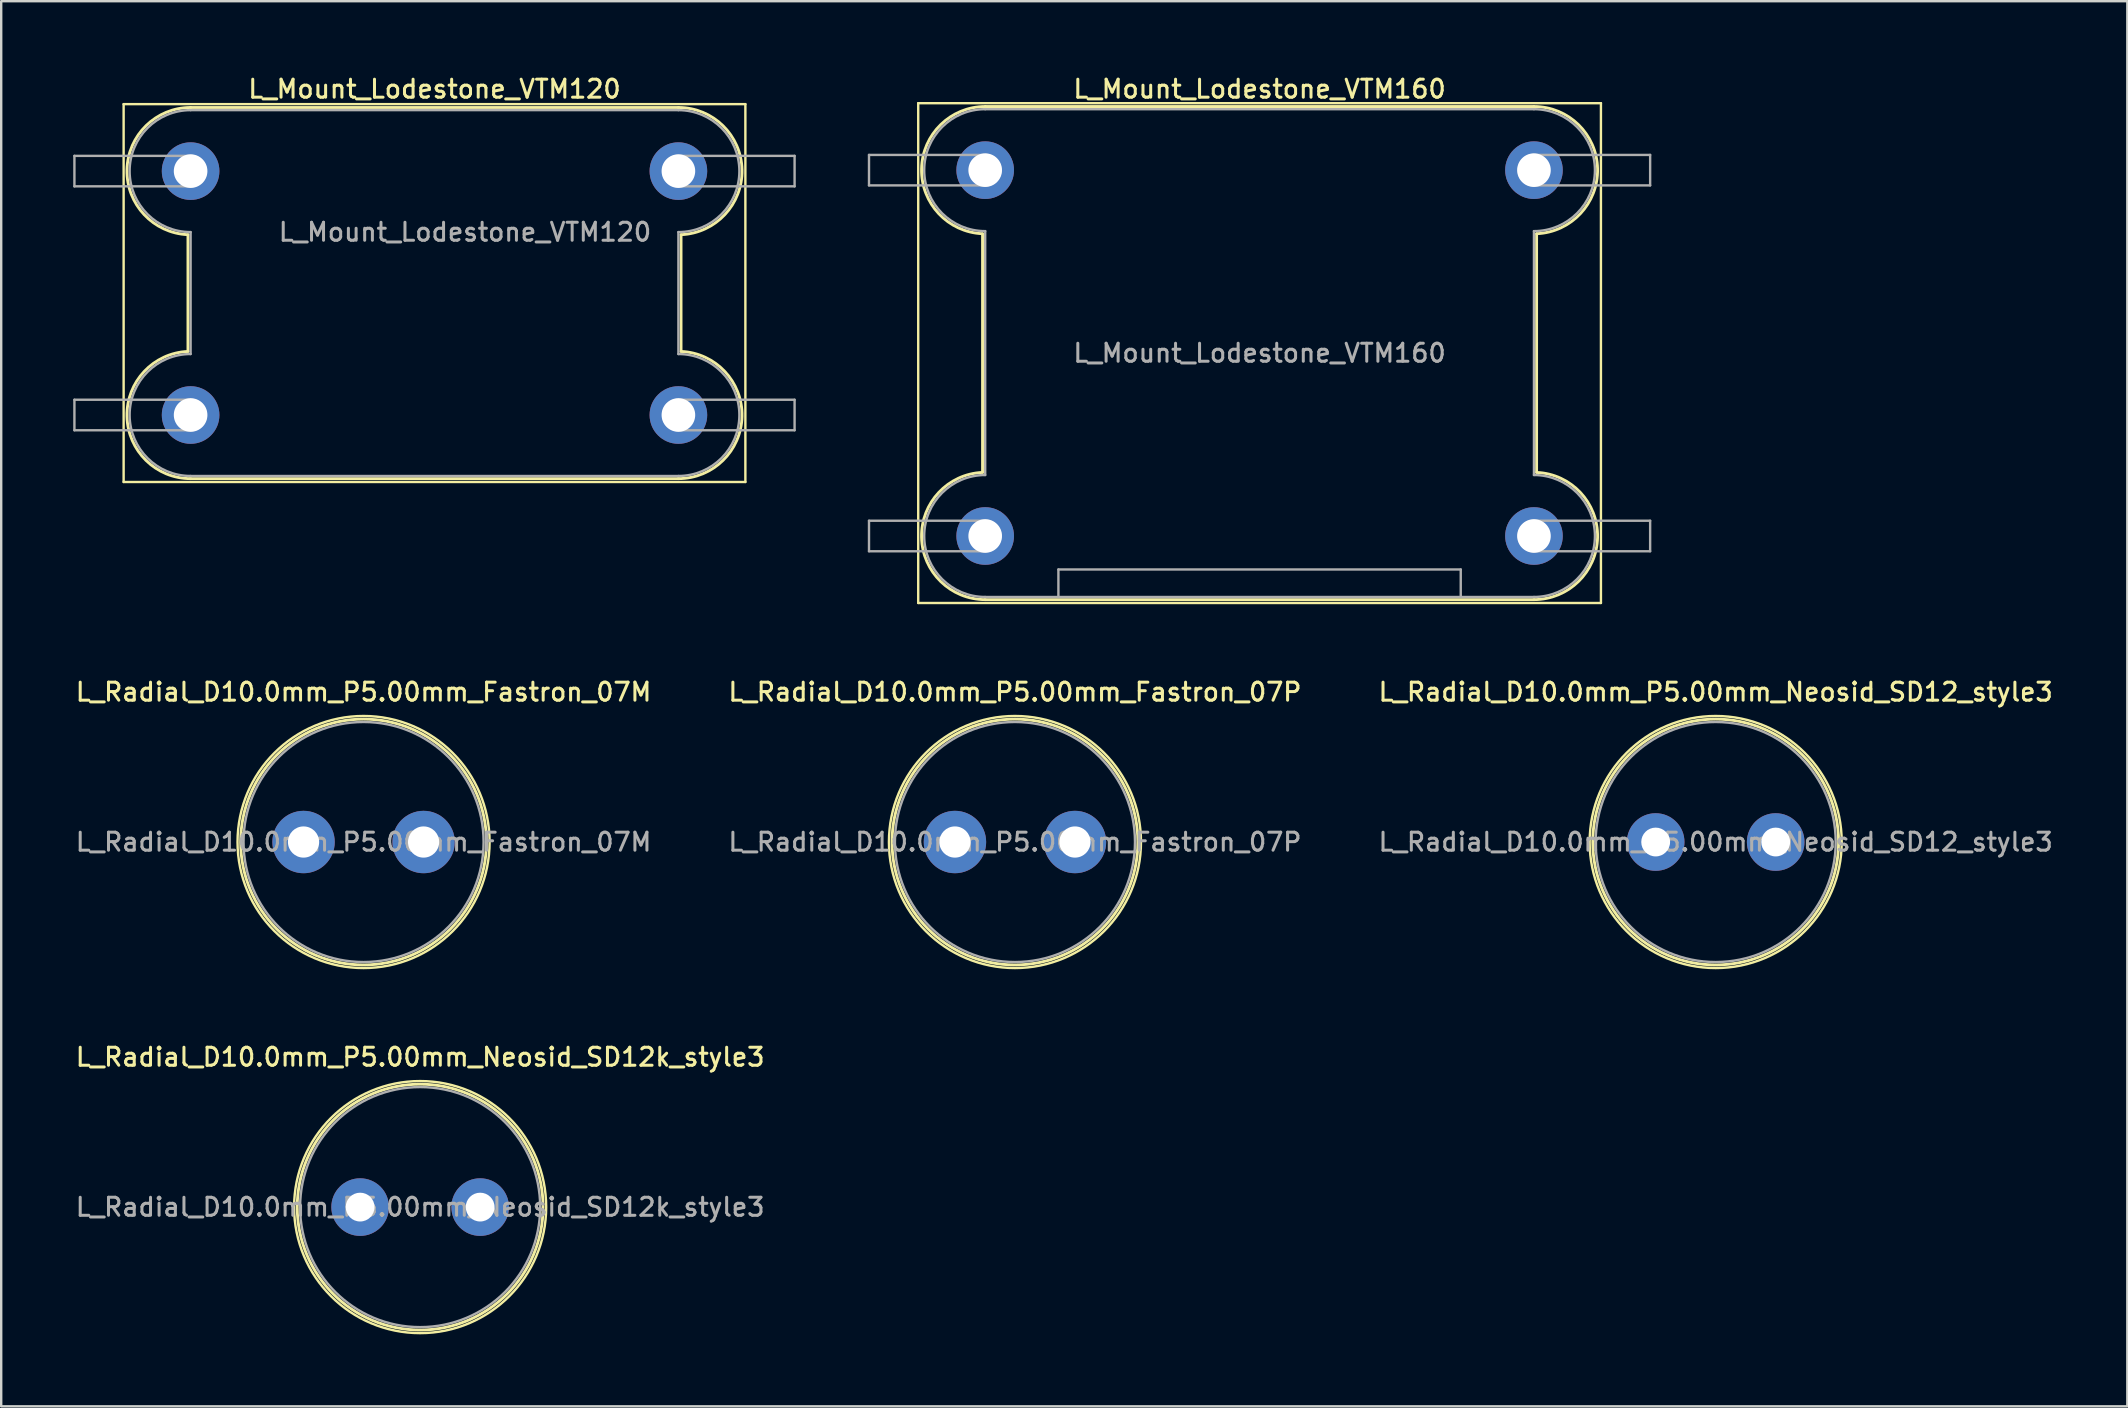
<source format=kicad_pcb>
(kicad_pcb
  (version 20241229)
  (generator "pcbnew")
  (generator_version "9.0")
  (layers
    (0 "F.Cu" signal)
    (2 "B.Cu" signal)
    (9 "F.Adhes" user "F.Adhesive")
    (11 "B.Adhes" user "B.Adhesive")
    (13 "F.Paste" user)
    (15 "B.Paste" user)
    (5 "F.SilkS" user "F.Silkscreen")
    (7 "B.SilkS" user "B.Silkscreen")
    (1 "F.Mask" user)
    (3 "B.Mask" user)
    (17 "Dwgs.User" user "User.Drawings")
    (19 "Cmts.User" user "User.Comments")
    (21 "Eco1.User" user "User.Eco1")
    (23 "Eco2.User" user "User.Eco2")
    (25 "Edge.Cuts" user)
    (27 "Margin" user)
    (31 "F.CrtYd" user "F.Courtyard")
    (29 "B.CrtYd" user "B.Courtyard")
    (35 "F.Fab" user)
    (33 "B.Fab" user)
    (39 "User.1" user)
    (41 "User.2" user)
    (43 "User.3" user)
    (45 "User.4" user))
  (footprint "L_Mount_Lodestone_VTM120"
    (layer "F.Cu")
    (at 4.89 14.238)
    (property "Reference" "L_Mount_Lodestone_VTM120" (at 10.16 -13.58 0) (layer "F.SilkS") (effects (font (size 0.75 0.75) (thickness 0.125))))
    (attr through_hole)
    (fp_line (start -2.79 -12.95) (end 23.11 -12.95) (stroke (width 0.1) (type solid)) (layer "F.SilkS"))
    (fp_line (start -2.79 2.79) (end -2.79 -12.95) (stroke (width 0.1) (type solid)) (layer "F.SilkS"))
    (fp_line (start -2.79 2.79) (end 23.11 2.79) (stroke (width 0.1) (type solid)) (layer "F.SilkS"))
    (fp_line (start -0.11 -2.65) (end -0.11 -7.51) (stroke (width 0.12) (type solid)) (layer "F.SilkS"))
    (fp_line (start 0 -12.81) (end 20.32 -12.81) (stroke (width 0.12) (type solid)) (layer "F.SilkS"))
    (fp_line (start 0 2.65) (end 20.32 2.65) (stroke (width 0.12) (type solid)) (layer "F.SilkS"))
    (fp_line (start 20.43 -2.65) (end 20.43 -7.51) (stroke (width 0.12) (type solid)) (layer "F.SilkS"))
    (fp_line (start 23.11 2.79) (end 23.11 -12.95) (stroke (width 0.1) (type solid)) (layer "F.SilkS"))
    (fp_arc (start -0.11097 -7.512325) (mid -2.649418 -10.215497) (end 0 -12.81) (stroke (width 0.12) (type solid)) (layer "F.SilkS"))
    (fp_arc (start 0 2.65) (mid -2.649419 0.055497) (end -0.11097 -2.647675) (stroke (width 0.12) (type solid)) (layer "F.SilkS"))
    (fp_arc (start 20.32 -12.81) (mid 22.969419 -10.215497) (end 20.43097 -7.512325) (stroke (width 0.12) (type solid)) (layer "F.SilkS"))
    (fp_arc (start 20.43097 -2.647675) (mid 22.969418 0.055497) (end 20.32 2.65) (stroke (width 0.12) (type solid)) (layer "F.SilkS"))
    (fp_line (start -4.84 -10.795) (end 0 -10.795) (stroke (width 0.1) (type solid)) (layer "F.Fab"))
    (fp_line (start -4.84 -9.525) (end -4.84 -10.795) (stroke (width 0.1) (type solid)) (layer "F.Fab"))
    (fp_line (start -4.84 -0.635) (end 0 -0.635) (stroke (width 0.1) (type solid)) (layer "F.Fab"))
    (fp_line (start -4.84 0.635) (end -4.84 -0.635) (stroke (width 0.1) (type solid)) (layer "F.Fab"))
    (fp_line (start 0 -12.7) (end 20.32 -12.7) (stroke (width 0.1) (type solid)) (layer "F.Fab"))
    (fp_line (start 0 -9.525) (end -4.84 -9.525) (stroke (width 0.1) (type solid)) (layer "F.Fab"))
    (fp_line (start 0 -2.54) (end 0 -7.62) (stroke (width 0.1) (type solid)) (layer "F.Fab"))
    (fp_line (start 0 0.635) (end -4.84 0.635) (stroke (width 0.1) (type solid)) (layer "F.Fab"))
    (fp_line (start 0 2.54) (end 20.32 2.54) (stroke (width 0.1) (type solid)) (layer "F.Fab"))
    (fp_line (start 20.32 -10.795) (end 25.16 -10.795) (stroke (width 0.1) (type solid)) (layer "F.Fab"))
    (fp_line (start 20.32 -2.54) (end 20.32 -7.62) (stroke (width 0.1) (type solid)) (layer "F.Fab"))
    (fp_line (start 20.32 -0.635) (end 25.16 -0.635) (stroke (width 0.1) (type solid)) (layer "F.Fab"))
    (fp_line (start 25.16 -10.795) (end 25.16 -9.525) (stroke (width 0.1) (type solid)) (layer "F.Fab"))
    (fp_line (start 25.16 -9.525) (end 20.32 -9.525) (stroke (width 0.1) (type solid)) (layer "F.Fab"))
    (fp_line (start 25.16 -0.635) (end 25.16 0.635) (stroke (width 0.1) (type solid)) (layer "F.Fab"))
    (fp_line (start 25.16 0.635) (end 20.32 0.635) (stroke (width 0.1) (type solid)) (layer "F.Fab"))
    (fp_arc (start 0 -10.795) (mid 0.635 -10.16) (end 0 -9.525) (stroke (width 0.1) (type solid)) (layer "F.Fab"))
    (fp_arc (start 0 -7.62) (mid -2.54 -10.16) (end 0 -12.7) (stroke (width 0.1) (type solid)) (layer "F.Fab"))
    (fp_arc (start 0 -0.635) (mid 0.635 0) (end 0 0.635) (stroke (width 0.1) (type solid)) (layer "F.Fab"))
    (fp_arc (start 0 2.54) (mid -2.54 0) (end 0 -2.54) (stroke (width 0.1) (type solid)) (layer "F.Fab"))
    (fp_arc (start 20.32 -12.7) (mid 22.86 -10.16) (end 20.32 -7.62) (stroke (width 0.1) (type solid)) (layer "F.Fab"))
    (fp_arc (start 20.32 -9.525) (mid 19.685 -10.16) (end 20.32 -10.795) (stroke (width 0.1) (type solid)) (layer "F.Fab"))
    (fp_arc (start 20.32 -2.54) (mid 22.86 0) (end 20.32 2.54) (stroke (width 0.1) (type solid)) (layer "F.Fab"))
    (fp_arc (start 20.32 0.635) (mid 19.685 0) (end 20.32 -0.635) (stroke (width 0.1) (type solid)) (layer "F.Fab"))
    (fp_text user "${REFERENCE}" (at 11.43 -7.62 0) (layer "F.Fab") (effects (font (size 0.75 0.75) (thickness 0.125))))
    (pad "1" thru_hole circle (at 0 0) (size 2.4 2.4) (drill 1.4) (layers "*.Cu" "*.Mask"))
    (pad "2" thru_hole circle (at 20.32 -10.16) (size 2.4 2.4) (drill 1.4) (layers "*.Cu" "*.Mask"))
    (pad "3" thru_hole circle (at 0 -10.16) (size 2.4 2.4) (drill 1.4) (layers "*.Cu" "*.Mask"))
    (pad "4" thru_hole circle (at 20.32 0) (size 2.4 2.4) (drill 1.4) (layers "*.Cu" "*.Mask")))
  (footprint "L_Radial_D10.0mm_P5.00mm_Neosid_SD12k_style3"
    (layer "F.Cu")
    (at 11.952 47.234)
    (property "Reference" "L_Radial_D10.0mm_P5.00mm_Neosid_SD12k_style3" (at 2.5 -6.25 0) (layer "F.SilkS") (effects (font (size 0.75 0.75) (thickness 0.125))))
    (attr through_hole)
    (fp_circle (center 2.5 0) (end 7.62 0) (stroke (width 0.12) (type solid)) (fill no) (layer "F.SilkS"))
    (fp_circle (center 2.5 0) (end 7.75 0) (stroke (width 0.1) (type solid)) (fill no) (layer "F.SilkS"))
    (fp_circle (center 2.5 0) (end 7.5 0) (stroke (width 0.1) (type solid)) (fill no) (layer "F.Fab"))
    (fp_text user "${REFERENCE}" (at 2.5 0 0) (layer "F.Fab") (effects (font (size 0.75 0.75) (thickness 0.125))))
    (pad "1" thru_hole circle (at 0 0) (size 2.4 2.4) (drill 1.2) (layers "*.Cu" "*.Mask"))
    (pad "2" thru_hole circle (at 5 0) (size 2.4 2.4) (drill 1.2) (layers "*.Cu" "*.Mask")))
  (footprint "L_Mount_Lodestone_VTM160"
    (layer "F.Cu")
    (at 37.99 19.278)
    (property "Reference" "L_Mount_Lodestone_VTM160" (at 11.43 -18.62 0) (layer "F.SilkS") (effects (font (size 0.75 0.75) (thickness 0.125))))
    (attr through_hole)
    (fp_line (start -2.79 -18.03) (end 25.65 -18.03) (stroke (width 0.1) (type solid)) (layer "F.SilkS"))
    (fp_line (start -2.79 2.79) (end -2.79 -18.03) (stroke (width 0.1) (type solid)) (layer "F.SilkS"))
    (fp_line (start -2.79 2.79) (end 25.65 2.79) (stroke (width 0.1) (type solid)) (layer "F.SilkS"))
    (fp_line (start -0.11 -2.65) (end -0.11 -12.59) (stroke (width 0.12) (type solid)) (layer "F.SilkS"))
    (fp_line (start 0 -17.89) (end 22.86 -17.89) (stroke (width 0.12) (type solid)) (layer "F.SilkS"))
    (fp_line (start 0 2.65) (end 22.86 2.65) (stroke (width 0.12) (type solid)) (layer "F.SilkS"))
    (fp_line (start 22.97 -2.65) (end 22.97 -12.59) (stroke (width 0.12) (type solid)) (layer "F.SilkS"))
    (fp_line (start 25.65 2.79) (end 25.65 -18.03) (stroke (width 0.1) (type solid)) (layer "F.SilkS"))
    (fp_arc (start -0.11097 -12.592325) (mid -2.649418 -15.295497) (end 0 -17.89) (stroke (width 0.12) (type solid)) (layer "F.SilkS"))
    (fp_arc (start 0 2.65) (mid -2.649419 0.055497) (end -0.11097 -2.647675) (stroke (width 0.12) (type solid)) (layer "F.SilkS"))
    (fp_arc (start 22.86 -17.89) (mid 25.509419 -15.295497) (end 22.97097 -12.592325) (stroke (width 0.12) (type solid)) (layer "F.SilkS"))
    (fp_arc (start 22.97097 -2.647675) (mid 25.509418 0.055497) (end 22.86 2.65) (stroke (width 0.12) (type solid)) (layer "F.SilkS"))
    (fp_line (start -4.84 -15.875) (end 0 -15.875) (stroke (width 0.1) (type solid)) (layer "F.Fab"))
    (fp_line (start -4.84 -14.605) (end -4.84 -15.875) (stroke (width 0.1) (type solid)) (layer "F.Fab"))
    (fp_line (start -4.84 -0.635) (end 0 -0.635) (stroke (width 0.1) (type solid)) (layer "F.Fab"))
    (fp_line (start -4.84 0.635) (end -4.84 -0.635) (stroke (width 0.1) (type solid)) (layer "F.Fab"))
    (fp_line (start 0 -17.78) (end 22.86 -17.78) (stroke (width 0.1) (type solid)) (layer "F.Fab"))
    (fp_line (start 0 -14.605) (end -4.84 -14.605) (stroke (width 0.1) (type solid)) (layer "F.Fab"))
    (fp_line (start 0 -2.54) (end 0 -12.7) (stroke (width 0.1) (type solid)) (layer "F.Fab"))
    (fp_line (start 0 0.635) (end -4.84 0.635) (stroke (width 0.1) (type solid)) (layer "F.Fab"))
    (fp_line (start 0 2.54) (end 22.86 2.54) (stroke (width 0.1) (type solid)) (layer "F.Fab"))
    (fp_line (start 3.05 1.395) (end 3.05 2.54) (stroke (width 0.1) (type solid)) (layer "F.Fab"))
    (fp_line (start 3.05 1.395) (end 19.81 1.395) (stroke (width 0.1) (type solid)) (layer "F.Fab"))
    (fp_line (start 19.81 1.395) (end 19.81 2.54) (stroke (width 0.1) (type solid)) (layer "F.Fab"))
    (fp_line (start 22.86 -15.875) (end 27.7 -15.875) (stroke (width 0.1) (type solid)) (layer "F.Fab"))
    (fp_line (start 22.86 -2.54) (end 22.86 -12.7) (stroke (width 0.1) (type solid)) (layer "F.Fab"))
    (fp_line (start 22.86 -0.635) (end 27.7 -0.635) (stroke (width 0.1) (type solid)) (layer "F.Fab"))
    (fp_line (start 27.7 -15.875) (end 27.7 -14.605) (stroke (width 0.1) (type solid)) (layer "F.Fab"))
    (fp_line (start 27.7 -14.605) (end 22.86 -14.605) (stroke (width 0.1) (type solid)) (layer "F.Fab"))
    (fp_line (start 27.7 -0.635) (end 27.7 0.635) (stroke (width 0.1) (type solid)) (layer "F.Fab"))
    (fp_line (start 27.7 0.635) (end 22.86 0.635) (stroke (width 0.1) (type solid)) (layer "F.Fab"))
    (fp_arc (start 0 -15.875) (mid 0.635 -15.24) (end 0 -14.605) (stroke (width 0.1) (type solid)) (layer "F.Fab"))
    (fp_arc (start 0 -12.7) (mid -2.54 -15.24) (end 0 -17.78) (stroke (width 0.1) (type solid)) (layer "F.Fab"))
    (fp_arc (start 0 -0.635) (mid 0.635 0) (end 0 0.635) (stroke (width 0.1) (type solid)) (layer "F.Fab"))
    (fp_arc (start 0 2.54) (mid -2.54 0) (end 0 -2.54) (stroke (width 0.1) (type solid)) (layer "F.Fab"))
    (fp_arc (start 22.86 -17.78) (mid 25.4 -15.24) (end 22.86 -12.7) (stroke (width 0.1) (type solid)) (layer "F.Fab"))
    (fp_arc (start 22.86 -14.605) (mid 22.225 -15.24) (end 22.86 -15.875) (stroke (width 0.1) (type solid)) (layer "F.Fab"))
    (fp_arc (start 22.86 -2.54) (mid 25.4 0) (end 22.86 2.54) (stroke (width 0.1) (type solid)) (layer "F.Fab"))
    (fp_arc (start 22.86 0.635) (mid 22.225 0) (end 22.86 -0.635) (stroke (width 0.1) (type solid)) (layer "F.Fab"))
    (fp_text user "${REFERENCE}" (at 11.43 -7.62 0) (layer "F.Fab") (effects (font (size 0.75 0.75) (thickness 0.125))))
    (pad "1" thru_hole circle (at 0 0) (size 2.4 2.4) (drill 1.4) (layers "*.Cu" "*.Mask"))
    (pad "2" thru_hole circle (at 22.86 -15.24) (size 2.4 2.4) (drill 1.4) (layers "*.Cu" "*.Mask"))
    (pad "3" thru_hole circle (at 0 -15.24) (size 2.4 2.4) (drill 1.4) (layers "*.Cu" "*.Mask"))
    (pad "4" thru_hole circle (at 22.86 0) (size 2.4 2.4) (drill 1.4) (layers "*.Cu" "*.Mask")))
  (footprint "L_Radial_D10.0mm_P5.00mm_Fastron_07P"
    (layer "F.Cu")
    (at 36.73 32.026)
    (property "Reference" "L_Radial_D10.0mm_P5.00mm_Fastron_07P" (at 2.5 -6.25 0) (layer "F.SilkS") (effects (font (size 0.75 0.75) (thickness 0.125))))
    (attr through_hole)
    (fp_circle (center 2.5 0) (end 7.62 0) (stroke (width 0.12) (type solid)) (fill no) (layer "F.SilkS"))
    (fp_circle (center 2.5 0) (end 7.75 0) (stroke (width 0.1) (type solid)) (fill no) (layer "F.SilkS"))
    (fp_circle (center 2.5 0) (end 7.5 0) (stroke (width 0.1) (type solid)) (fill no) (layer "F.Fab"))
    (fp_text user "${REFERENCE}" (at 2.5 0 0) (layer "F.Fab") (effects (font (size 0.75 0.75) (thickness 0.125))))
    (pad "1" thru_hole circle (at 0 0) (size 2.6 2.6) (drill 1.3) (layers "*.Cu" "*.Mask"))
    (pad "2" thru_hole circle (at 5 0) (size 2.6 2.6) (drill 1.3) (layers "*.Cu" "*.Mask")))
  (footprint "L_Radial_D10.0mm_P5.00mm_Fastron_07M"
    (layer "F.Cu")
    (at 9.595 32.026)
    (property "Reference" "L_Radial_D10.0mm_P5.00mm_Fastron_07M" (at 2.5 -6.25 0) (layer "F.SilkS") (effects (font (size 0.75 0.75) (thickness 0.125))))
    (attr through_hole)
    (fp_circle (center 2.5 0) (end 7.62 0) (stroke (width 0.12) (type solid)) (fill no) (layer "F.SilkS"))
    (fp_circle (center 2.5 0) (end 7.75 0) (stroke (width 0.1) (type solid)) (fill no) (layer "F.SilkS"))
    (fp_circle (center 2.5 0) (end 7.5 0) (stroke (width 0.1) (type solid)) (fill no) (layer "F.Fab"))
    (fp_text user "${REFERENCE}" (at 2.5 0 0) (layer "F.Fab") (effects (font (size 0.75 0.75) (thickness 0.125))))
    (pad "1" thru_hole circle (at 0 0) (size 2.6 2.6) (drill 1.3) (layers "*.Cu" "*.Mask"))
    (pad "2" thru_hole circle (at 5 0) (size 2.6 2.6) (drill 1.3) (layers "*.Cu" "*.Mask")))
  (footprint "L_Radial_D10.0mm_P5.00mm_Neosid_SD12_style3"
    (layer "F.Cu")
    (at 65.92 32.026)
    (property "Reference" "L_Radial_D10.0mm_P5.00mm_Neosid_SD12_style3" (at 2.5 -6.25 0) (layer "F.SilkS") (effects (font (size 0.75 0.75) (thickness 0.125))))
    (attr through_hole)
    (fp_circle (center 2.5 0) (end 7.62 0) (stroke (width 0.12) (type solid)) (fill no) (layer "F.SilkS"))
    (fp_circle (center 2.5 0) (end 7.75 0) (stroke (width 0.1) (type solid)) (fill no) (layer "F.SilkS"))
    (fp_circle (center 2.5 0) (end 7.5 0) (stroke (width 0.1) (type solid)) (fill no) (layer "F.Fab"))
    (fp_text user "${REFERENCE}" (at 2.5 0 0) (layer "F.Fab") (effects (font (size 0.75 0.75) (thickness 0.125))))
    (pad "1" thru_hole circle (at 0 0) (size 2.4 2.4) (drill 1.2) (layers "*.Cu" "*.Mask"))
    (pad "2" thru_hole circle (at 5 0) (size 2.4 2.4) (drill 1.2) (layers "*.Cu" "*.Mask")))
  (gr_rect
    (start -3 -3)
    (end 85.568 55.534)
    (stroke (width 0.1) (type default))
    (fill no)
    (layer "Edge.Cuts")))
</source>
